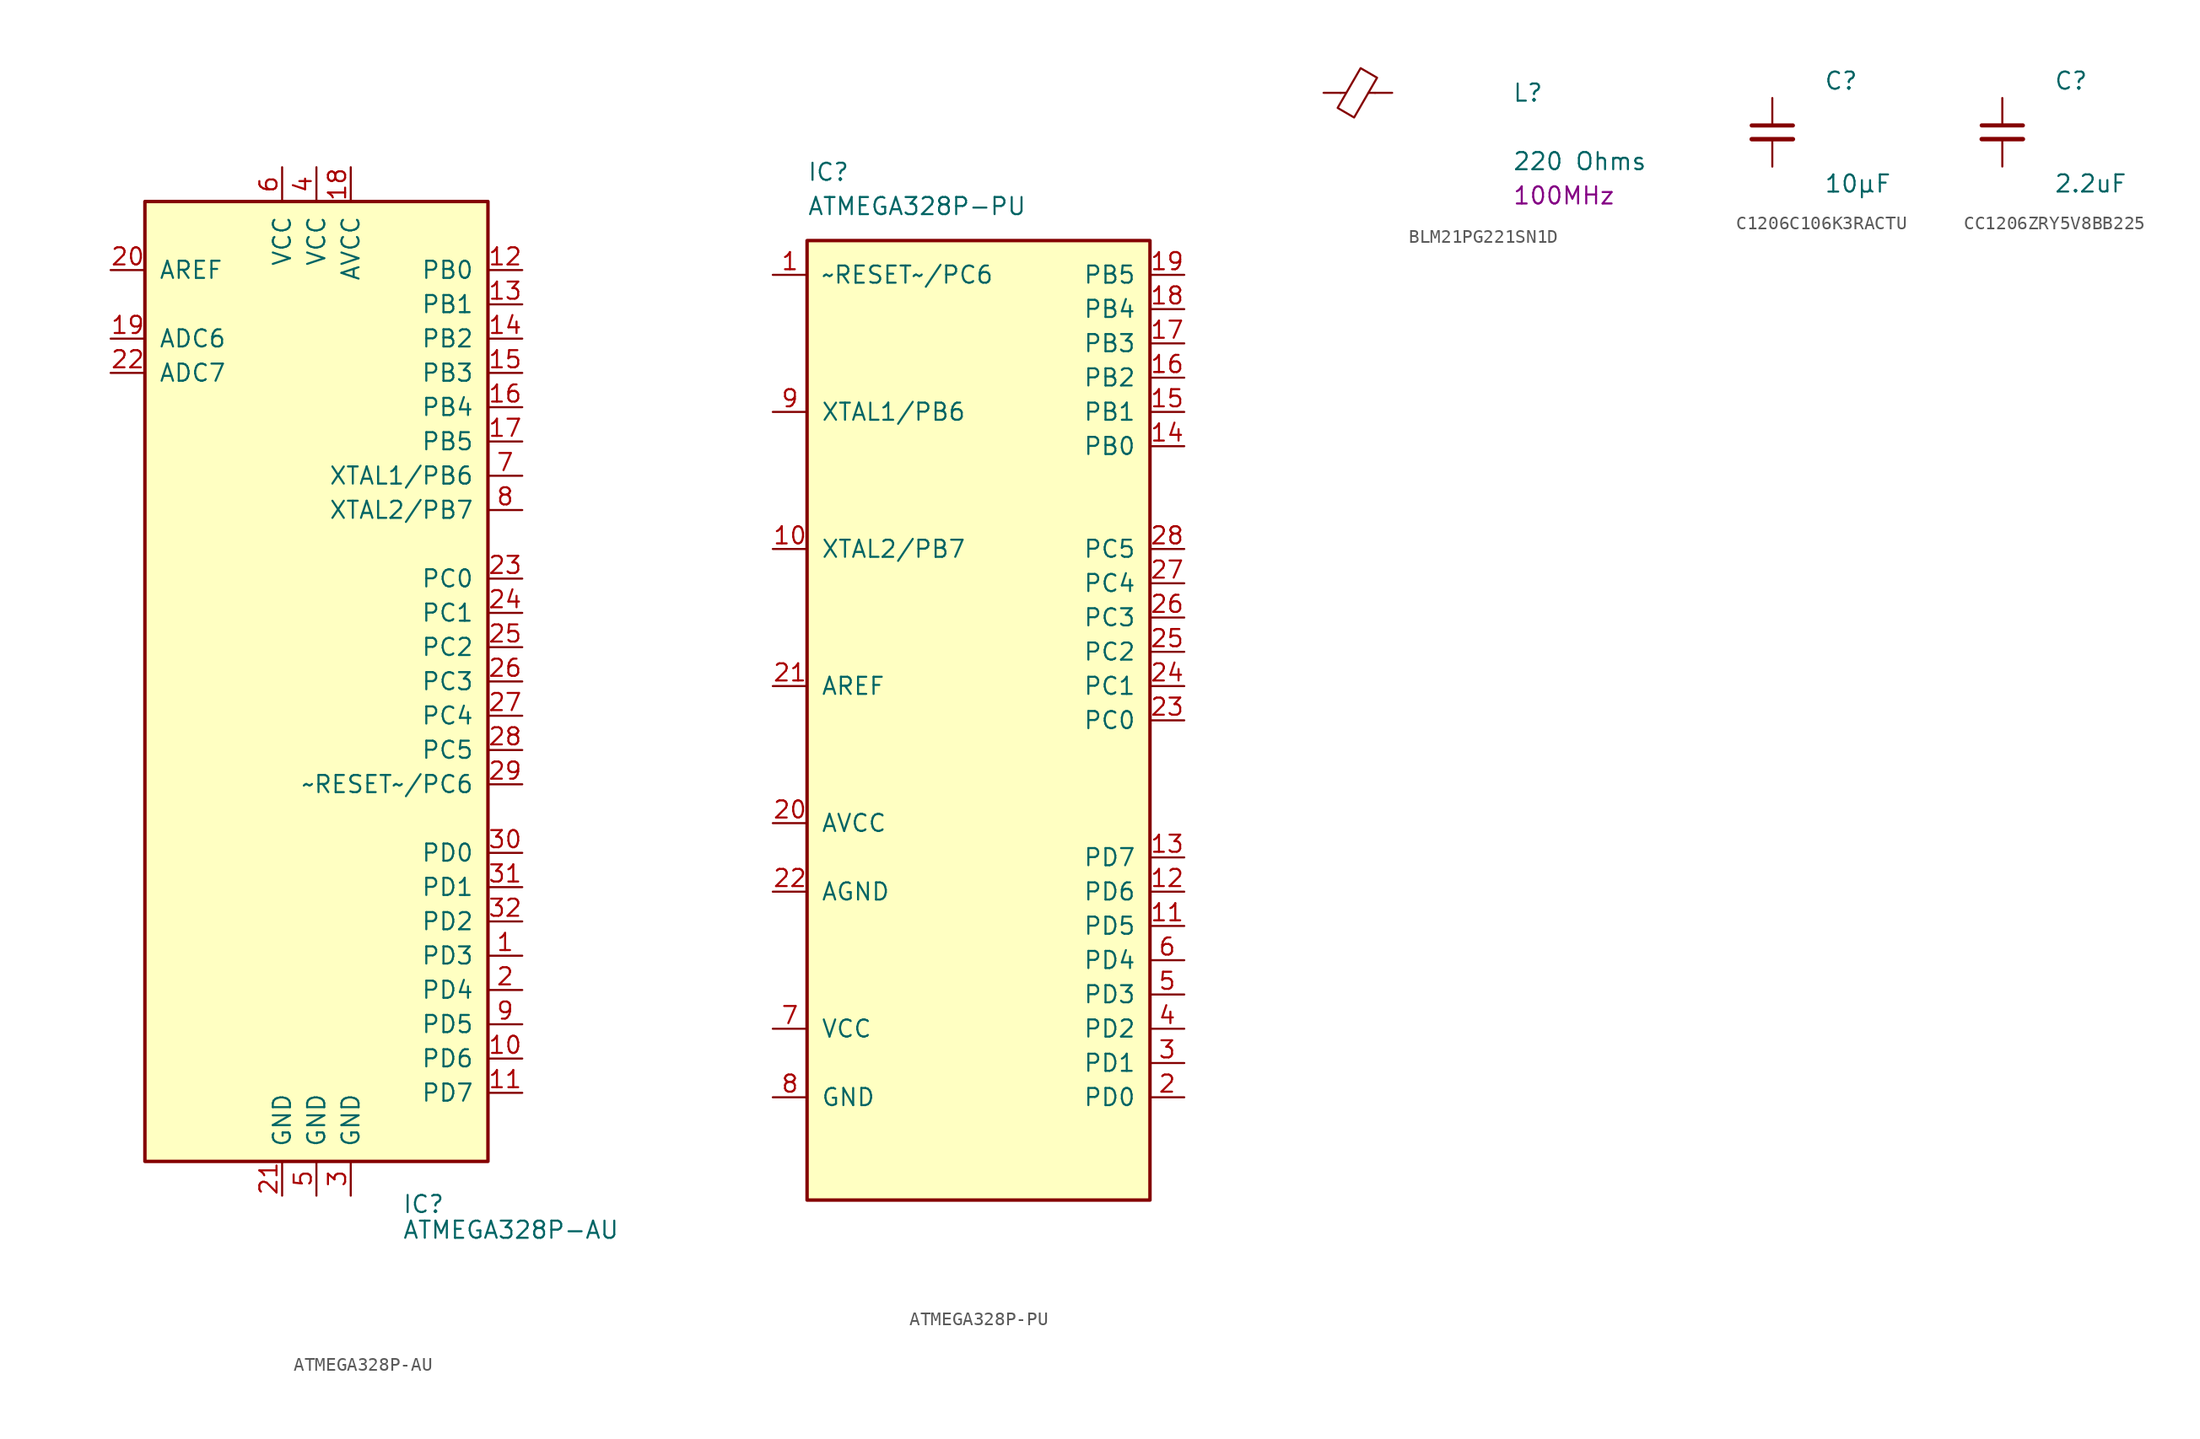
<source format=kicad_sym>
(kicad_symbol_lib
  (version 20210619)
  (generator kicad_symbol_editor)
  (symbol "ATMEGA328P-AU"
    (pin_names
      (offset 1.016))
    (property "Reference" "IC"
      (at 6.35 -38.735 0)
      (effects (font (size 1.27 1.27)) (justify left)))
    (property "Value" "ATMEGA328P-AU"
      (at 6.35 -40.64 0)
      (effects (font (size 1.27 1.27)) (justify left)))
    (symbol "ATMEGA328P-AU_1_1"
      (rectangle (start -12.7 -35.56) (end 12.7 35.56) (stroke (width 0.254)) (fill (type background)))
      (pin bidirectional line (at 15.24 -20.32 180) (length 2.54) (name "PD3" (effects (font (size 1.27 1.27)))) (number "1" (effects (font (size 1.27 1.27)))))
      (pin bidirectional line (at 15.24 -27.94 180) (length 2.54) (name "PD6" (effects (font (size 1.27 1.27)))) (number "10" (effects (font (size 1.27 1.27)))))
      (pin bidirectional line (at 15.24 -30.48 180) (length 2.54) (name "PD7" (effects (font (size 1.27 1.27)))) (number "11" (effects (font (size 1.27 1.27)))))
      (pin bidirectional line (at 15.24 30.48 180) (length 2.54) (name "PB0" (effects (font (size 1.27 1.27)))) (number "12" (effects (font (size 1.27 1.27)))))
      (pin bidirectional line (at 15.24 27.94 180) (length 2.54) (name "PB1" (effects (font (size 1.27 1.27)))) (number "13" (effects (font (size 1.27 1.27)))))
      (pin bidirectional line (at 15.24 25.4 180) (length 2.54) (name "PB2" (effects (font (size 1.27 1.27)))) (number "14" (effects (font (size 1.27 1.27)))))
      (pin bidirectional line (at 15.24 22.86 180) (length 2.54) (name "PB3" (effects (font (size 1.27 1.27)))) (number "15" (effects (font (size 1.27 1.27)))))
      (pin bidirectional line (at 15.24 20.32 180) (length 2.54) (name "PB4" (effects (font (size 1.27 1.27)))) (number "16" (effects (font (size 1.27 1.27)))))
      (pin bidirectional line (at 15.24 17.78 180) (length 2.54) (name "PB5" (effects (font (size 1.27 1.27)))) (number "17" (effects (font (size 1.27 1.27)))))
      (pin power_in line (at 2.54 38.1 270) (length 2.54) (name "AVCC" (effects (font (size 1.27 1.27)))) (number "18" (effects (font (size 1.27 1.27)))))
      (pin input line (at -15.24 25.4 0) (length 2.54) (name "ADC6" (effects (font (size 1.27 1.27)))) (number "19" (effects (font (size 1.27 1.27)))))
      (pin bidirectional line (at 15.24 -22.86 180) (length 2.54) (name "PD4" (effects (font (size 1.27 1.27)))) (number "2" (effects (font (size 1.27 1.27)))))
      (pin passive line (at -15.24 30.48 0) (length 2.54) (name "AREF" (effects (font (size 1.27 1.27)))) (number "20" (effects (font (size 1.27 1.27)))))
      (pin passive line (at -2.54 -38.1 90) (length 2.54) (name "GND" (effects (font (size 1.27 1.27)))) (number "21" (effects (font (size 1.27 1.27)))))
      (pin input line (at -15.24 22.86 0) (length 2.54) (name "ADC7" (effects (font (size 1.27 1.27)))) (number "22" (effects (font (size 1.27 1.27)))))
      (pin bidirectional line (at 15.24 7.62 180) (length 2.54) (name "PC0" (effects (font (size 1.27 1.27)))) (number "23" (effects (font (size 1.27 1.27)))))
      (pin bidirectional line (at 15.24 5.08 180) (length 2.54) (name "PC1" (effects (font (size 1.27 1.27)))) (number "24" (effects (font (size 1.27 1.27)))))
      (pin bidirectional line (at 15.24 2.54 180) (length 2.54) (name "PC2" (effects (font (size 1.27 1.27)))) (number "25" (effects (font (size 1.27 1.27)))))
      (pin bidirectional line (at 15.24 0 180) (length 2.54) (name "PC3" (effects (font (size 1.27 1.27)))) (number "26" (effects (font (size 1.27 1.27)))))
      (pin bidirectional line (at 15.24 -2.54 180) (length 2.54) (name "PC4" (effects (font (size 1.27 1.27)))) (number "27" (effects (font (size 1.27 1.27)))))
      (pin bidirectional line (at 15.24 -5.08 180) (length 2.54) (name "PC5" (effects (font (size 1.27 1.27)))) (number "28" (effects (font (size 1.27 1.27)))))
      (pin bidirectional line (at 15.24 -7.62 180) (length 2.54) (name "~RESET~/PC6" (effects (font (size 1.27 1.27)))) (number "29" (effects (font (size 1.27 1.27)))))
      (pin power_in line (at 2.54 -38.1 90) (length 2.54) (name "GND" (effects (font (size 1.27 1.27)))) (number "3" (effects (font (size 1.27 1.27)))))
      (pin bidirectional line (at 15.24 -12.7 180) (length 2.54) (name "PD0" (effects (font (size 1.27 1.27)))) (number "30" (effects (font (size 1.27 1.27)))))
      (pin bidirectional line (at 15.24 -15.24 180) (length 2.54) (name "PD1" (effects (font (size 1.27 1.27)))) (number "31" (effects (font (size 1.27 1.27)))))
      (pin bidirectional line (at 15.24 -17.78 180) (length 2.54) (name "PD2" (effects (font (size 1.27 1.27)))) (number "32" (effects (font (size 1.27 1.27)))))
      (pin power_in line (at 0 38.1 270) (length 2.54) (name "VCC" (effects (font (size 1.27 1.27)))) (number "4" (effects (font (size 1.27 1.27)))))
      (pin passive line (at 0 -38.1 90) (length 2.54) (name "GND" (effects (font (size 1.27 1.27)))) (number "5" (effects (font (size 1.27 1.27)))))
      (pin passive line (at -2.54 38.1 270) (length 2.54) (name "VCC" (effects (font (size 1.27 1.27)))) (number "6" (effects (font (size 1.27 1.27)))))
      (pin bidirectional line (at 15.24 15.24 180) (length 2.54) (name "XTAL1/PB6" (effects (font (size 1.27 1.27)))) (number "7" (effects (font (size 1.27 1.27)))))
      (pin bidirectional line (at 15.24 12.7 180) (length 2.54) (name "XTAL2/PB7" (effects (font (size 1.27 1.27)))) (number "8" (effects (font (size 1.27 1.27)))))
      (pin bidirectional line (at 15.24 -25.4 180) (length 2.54) (name "PD5" (effects (font (size 1.27 1.27)))) (number "9" (effects (font (size 1.27 1.27)))))))
  (symbol "ATMEGA328P-PU"
    (pin_names
      (offset 1.016))
    (property "Reference" "IC"
      (at -12.7 40.64 0)
      (effects (font (size 1.27 1.27)) (justify left)))
    (property "Value" "ATMEGA328P-PU"
      (at -12.7 38.1 0)
      (effects (font (size 1.27 1.27)) (justify left)))
    (symbol "ATMEGA328P-PU_1_1"
      (rectangle (start -12.7 -35.56) (end 12.7 35.56) (stroke (width 0.254)) (fill (type background)))
      (pin bidirectional line (at -15.24 33.02 0) (length 2.54) (name "~RESET~/PC6" (effects (font (size 1.27 1.27)))) (number "1" (effects (font (size 1.27 1.27)))))
      (pin bidirectional line (at -15.24 12.7 0) (length 2.54) (name "XTAL2/PB7" (effects (font (size 1.27 1.27)))) (number "10" (effects (font (size 1.27 1.27)))))
      (pin bidirectional line (at 15.24 -15.24 180) (length 2.54) (name "PD5" (effects (font (size 1.27 1.27)))) (number "11" (effects (font (size 1.27 1.27)))))
      (pin bidirectional line (at 15.24 -12.7 180) (length 2.54) (name "PD6" (effects (font (size 1.27 1.27)))) (number "12" (effects (font (size 1.27 1.27)))))
      (pin bidirectional line (at 15.24 -10.16 180) (length 2.54) (name "PD7" (effects (font (size 1.27 1.27)))) (number "13" (effects (font (size 1.27 1.27)))))
      (pin bidirectional line (at 15.24 20.32 180) (length 2.54) (name "PB0" (effects (font (size 1.27 1.27)))) (number "14" (effects (font (size 1.27 1.27)))))
      (pin bidirectional line (at 15.24 22.86 180) (length 2.54) (name "PB1" (effects (font (size 1.27 1.27)))) (number "15" (effects (font (size 1.27 1.27)))))
      (pin bidirectional line (at 15.24 25.4 180) (length 2.54) (name "PB2" (effects (font (size 1.27 1.27)))) (number "16" (effects (font (size 1.27 1.27)))))
      (pin bidirectional line (at 15.24 27.94 180) (length 2.54) (name "PB3" (effects (font (size 1.27 1.27)))) (number "17" (effects (font (size 1.27 1.27)))))
      (pin bidirectional line (at 15.24 30.48 180) (length 2.54) (name "PB4" (effects (font (size 1.27 1.27)))) (number "18" (effects (font (size 1.27 1.27)))))
      (pin bidirectional line (at 15.24 33.02 180) (length 2.54) (name "PB5" (effects (font (size 1.27 1.27)))) (number "19" (effects (font (size 1.27 1.27)))))
      (pin bidirectional line (at 15.24 -27.94 180) (length 2.54) (name "PD0" (effects (font (size 1.27 1.27)))) (number "2" (effects (font (size 1.27 1.27)))))
      (pin power_in line (at -15.24 -7.62 0) (length 2.54) (name "AVCC" (effects (font (size 1.27 1.27)))) (number "20" (effects (font (size 1.27 1.27)))))
      (pin passive line (at -15.24 2.54 0) (length 2.54) (name "AREF" (effects (font (size 1.27 1.27)))) (number "21" (effects (font (size 1.27 1.27)))))
      (pin passive line (at -15.24 -12.7 0) (length 2.54) (name "AGND" (effects (font (size 1.27 1.27)))) (number "22" (effects (font (size 1.27 1.27)))))
      (pin bidirectional line (at 15.24 0 180) (length 2.54) (name "PC0" (effects (font (size 1.27 1.27)))) (number "23" (effects (font (size 1.27 1.27)))))
      (pin bidirectional line (at 15.24 2.54 180) (length 2.54) (name "PC1" (effects (font (size 1.27 1.27)))) (number "24" (effects (font (size 1.27 1.27)))))
      (pin bidirectional line (at 15.24 5.08 180) (length 2.54) (name "PC2" (effects (font (size 1.27 1.27)))) (number "25" (effects (font (size 1.27 1.27)))))
      (pin bidirectional line (at 15.24 7.62 180) (length 2.54) (name "PC3" (effects (font (size 1.27 1.27)))) (number "26" (effects (font (size 1.27 1.27)))))
      (pin bidirectional line (at 15.24 10.16 180) (length 2.54) (name "PC4" (effects (font (size 1.27 1.27)))) (number "27" (effects (font (size 1.27 1.27)))))
      (pin bidirectional line (at 15.24 12.7 180) (length 2.54) (name "PC5" (effects (font (size 1.27 1.27)))) (number "28" (effects (font (size 1.27 1.27)))))
      (pin bidirectional line (at 15.24 -25.4 180) (length 2.54) (name "PD1" (effects (font (size 1.27 1.27)))) (number "3" (effects (font (size 1.27 1.27)))))
      (pin bidirectional line (at 15.24 -22.86 180) (length 2.54) (name "PD2" (effects (font (size 1.27 1.27)))) (number "4" (effects (font (size 1.27 1.27)))))
      (pin bidirectional line (at 15.24 -20.32 180) (length 2.54) (name "PD3" (effects (font (size 1.27 1.27)))) (number "5" (effects (font (size 1.27 1.27)))))
      (pin bidirectional line (at 15.24 -17.78 180) (length 2.54) (name "PD4" (effects (font (size 1.27 1.27)))) (number "6" (effects (font (size 1.27 1.27)))))
      (pin power_in line (at -15.24 -22.86 0) (length 2.54) (name "VCC" (effects (font (size 1.27 1.27)))) (number "7" (effects (font (size 1.27 1.27)))))
      (pin power_in line (at -15.24 -27.94 0) (length 2.54) (name "GND" (effects (font (size 1.27 1.27)))) (number "8" (effects (font (size 1.27 1.27)))))
      (pin bidirectional line (at -15.24 22.86 0) (length 2.54) (name "XTAL1/PB6" (effects (font (size 1.27 1.27)))) (number "9" (effects (font (size 1.27 1.27)))))))
  (symbol "BLM21PG221SN1D"
    (pin_numbers hide)
    (pin_names
      (offset 0.254) hide)
    (property "Reference" "L"
      (at 11.43 0 0)
      (effects (font (size 1.27 1.27)) (justify left)))
    (property "value" "220 Ohms"
      (at 11.43 -5.08 0)
      (effects (font (size 1.27 1.27)) (justify left)))
    (property "Frequency" "100MHz"
      (at 11.43 -7.62 0)
      (effects (font (size 1.27 1.27)) (justify left)))
    (symbol "BLM21PG221SN1D_1_1"
      (polyline (pts (xy -0.889 0) (xy -1.295 0)) (stroke (width 0)) (fill (type none)))
      (polyline (pts (xy 1.27 0) (xy 0.787 0)) (stroke (width 0)) (fill (type none)))
      (polyline (pts (xy -0.279 -1.829) (xy -1.499 -1.118) (xy 0.203 1.829) (xy 1.422 1.118) (xy -0.279 -1.829)) (stroke (width 0)) (fill (type none)))
      (pin passive line (at -2.54 0 0) (length 1.27) (name "~" (effects (font (size 1.27 1.27)))) (number "1" (effects (font (size 1.27 1.27)))))
      (pin passive line (at 2.54 0 180) (length 1.27) (name "~" (effects (font (size 1.27 1.27)))) (number "2" (effects (font (size 1.27 1.27)))))))
  (symbol "C1206C106K3RACTU"
    (pin_numbers hide)
    (pin_names
      (offset 1.016))
    (property "Reference" "C"
      (at 3.81 3.81 0)
      (effects (font (size 1.27 1.27)) (justify left)))
    (property "value" "10µF"
      (at 3.81 -3.81 0)
      (effects (font (size 1.27 1.27)) (justify left)))
    (symbol "C1206C106K3RACTU_1_1"
      (polyline (pts (xy -1.524 -0.508) (xy 1.524 -0.508)) (stroke (width 0.33)) (fill (type none)))
      (polyline (pts (xy -1.524 0.508) (xy 1.524 0.508)) (stroke (width 0.305)) (fill (type none)))
      (pin passive line (at 0 2.54 270) (length 2.032) (name "~" (effects (font (size 1.27 1.27)))) (number "1" (effects (font (size 1.27 1.27)))))
      (pin passive line (at 0 -2.54 90) (length 2.032) (name "~" (effects (font (size 1.27 1.27)))) (number "2" (effects (font (size 1.27 1.27)))))))
  (symbol "CC1206ZRY5V8BB225"
    (pin_numbers hide)
    (pin_names
      (offset 1.016))
    (property "Reference" "C"
      (at 3.81 3.81 0)
      (effects (font (size 1.27 1.27)) (justify left)))
    (property "value" "2.2uF"
      (at 3.81 -3.81 0)
      (effects (font (size 1.27 1.27)) (justify left)))
    (symbol "CC1206ZRY5V8BB225_1_1"
      (polyline (pts (xy -1.524 -0.508) (xy 1.524 -0.508)) (stroke (width 0.33)) (fill (type none)))
      (polyline (pts (xy -1.524 0.508) (xy 1.524 0.508)) (stroke (width 0.305)) (fill (type none)))
      (pin passive line (at 0 2.54 270) (length 2.032) (name "~" (effects (font (size 1.27 1.27)))) (number "1" (effects (font (size 1.27 1.27)))))
      (pin passive line (at 0 -2.54 90) (length 2.032) (name "~" (effects (font (size 1.27 1.27)))) (number "2" (effects (font (size 1.27 1.27))))))))
</source>
